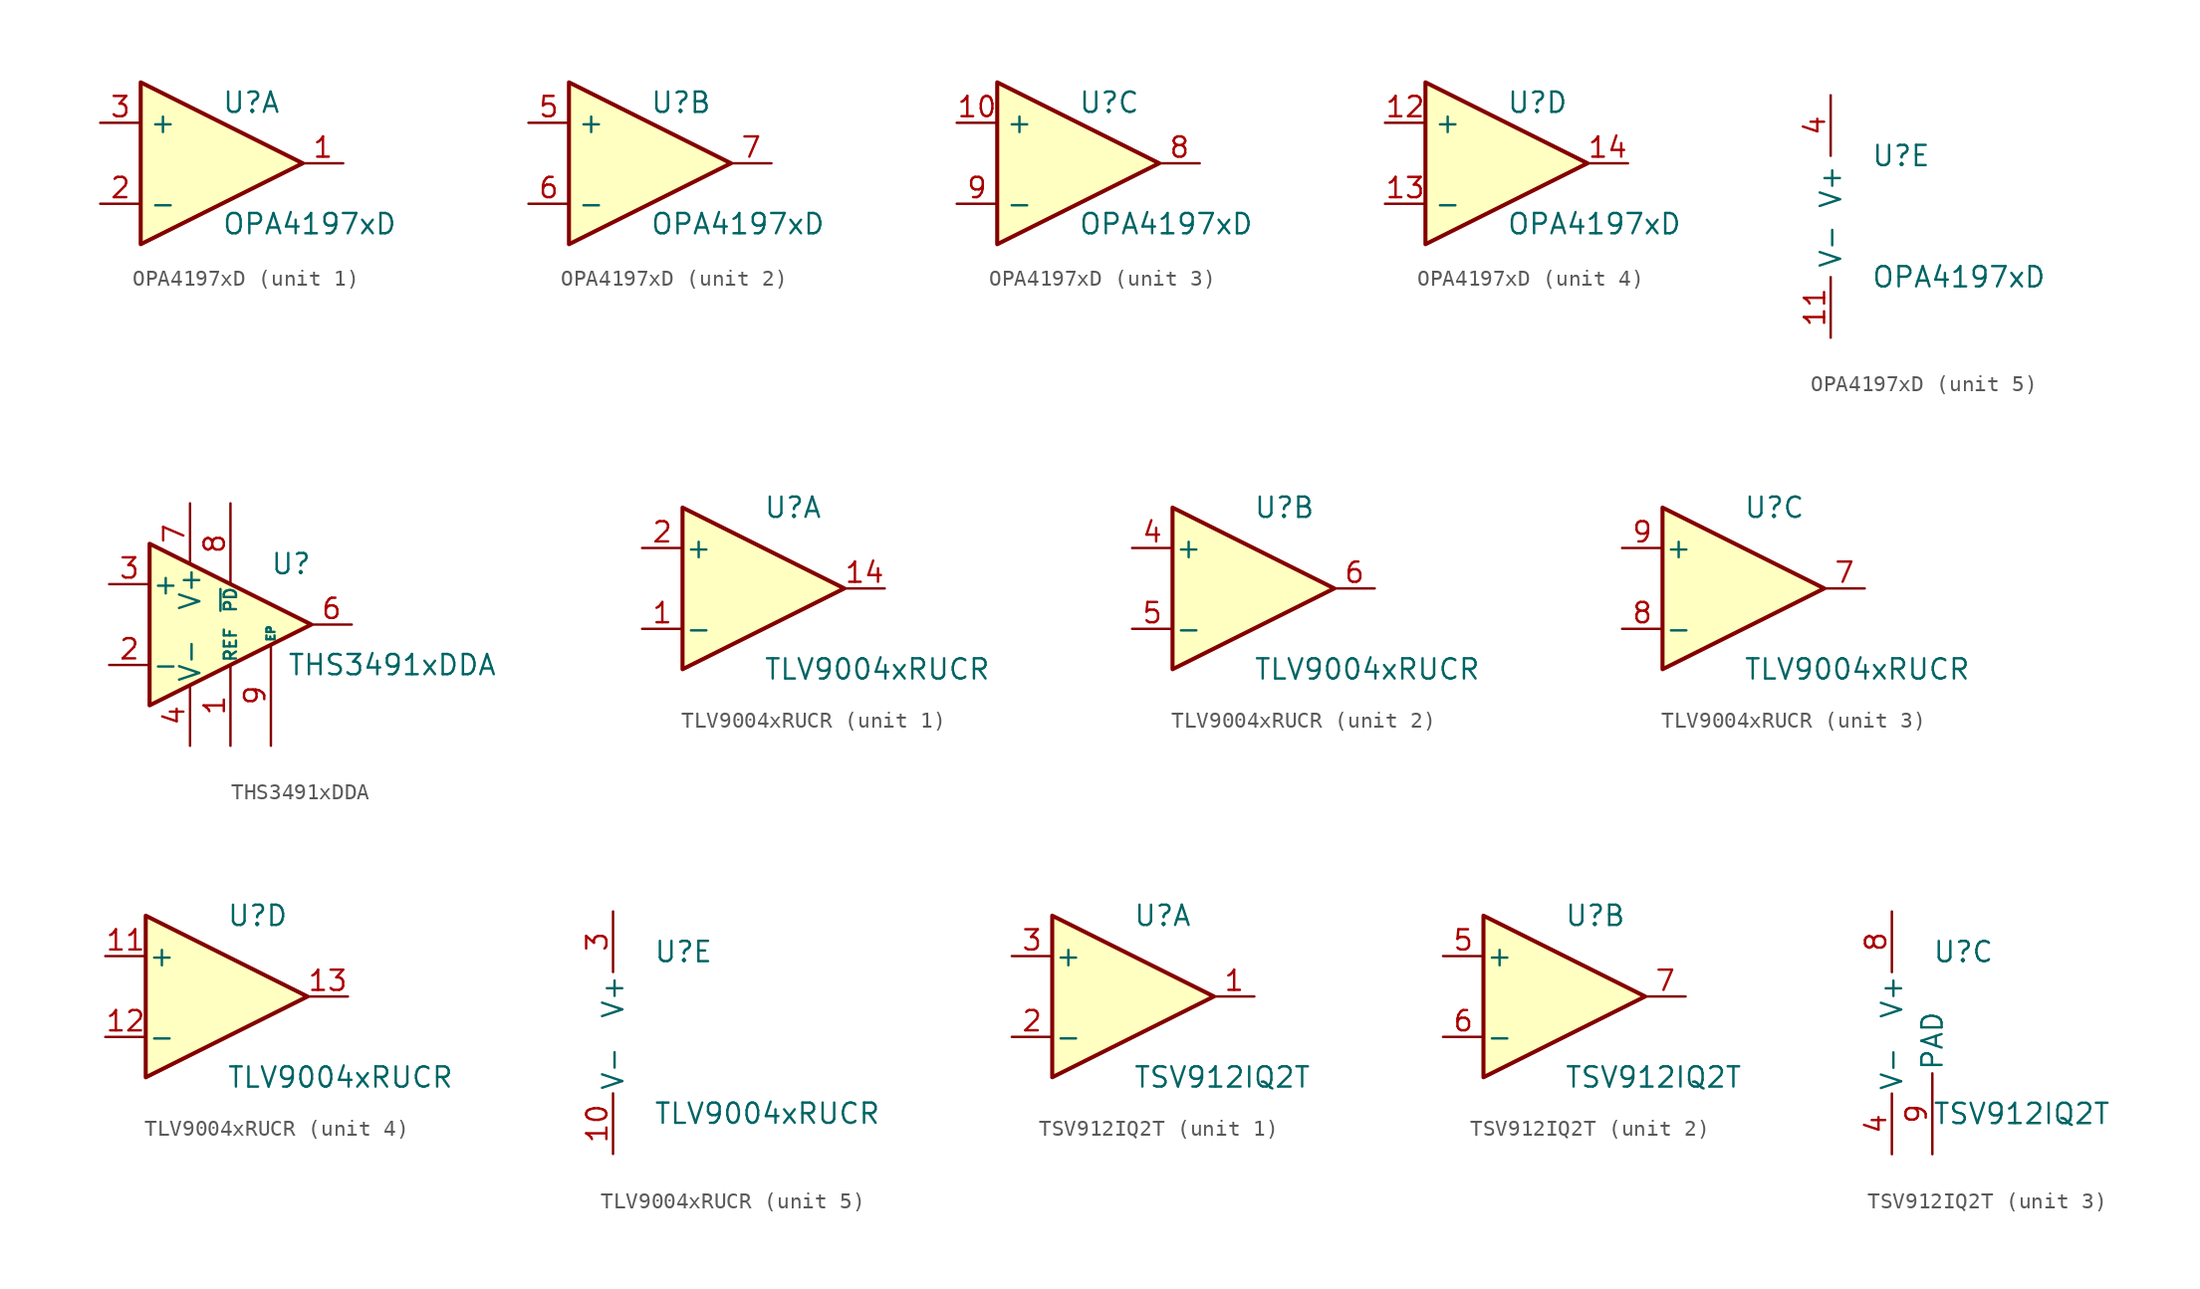
<source format=kicad_sym>
(kicad_symbol_lib
  (version 20211014)
  (generator kicad_symbol_editor)
  (symbol "OPA4197xD"
    (property "Reference" "U"
      (at 0 3.81 0)
      (effects (font (size 1.27 1.27)) (justify left)))
    (property "Value" "OPA4197xD"
      (at 0 -3.81 0)
      (effects (font (size 1.27 1.27)) (justify left)))
    (property "ki_locked" ""
      (at 0 0 0)
      (effects (font (size 1.27 1.27))))
    (symbol "OPA4197xD_1_1"
      (polyline (pts (xy -5.08 5.08) (xy 5.08 0) (xy -5.08 -5.08) (xy -5.08 5.08)) (stroke (width 0.254) (type default) (color 0 0 0 0)) (fill (type background)))
      (pin output line (at 7.62 0 180) (length 2.54) (name "~" (effects (font (size 1.27 1.27)))) (number "1" (effects (font (size 1.27 1.27)))))
      (pin input line (at -7.62 -2.54 0) (length 2.54) (name "-" (effects (font (size 1.27 1.27)))) (number "2" (effects (font (size 1.27 1.27)))))
      (pin input line (at -7.62 2.54 0) (length 2.54) (name "+" (effects (font (size 1.27 1.27)))) (number "3" (effects (font (size 1.27 1.27))))))
    (symbol "OPA4197xD_2_1"
      (polyline (pts (xy -5.08 5.08) (xy 5.08 0) (xy -5.08 -5.08) (xy -5.08 5.08)) (stroke (width 0.254) (type default) (color 0 0 0 0)) (fill (type background)))
      (pin input line (at -7.62 2.54 0) (length 2.54) (name "+" (effects (font (size 1.27 1.27)))) (number "5" (effects (font (size 1.27 1.27)))))
      (pin input line (at -7.62 -2.54 0) (length 2.54) (name "-" (effects (font (size 1.27 1.27)))) (number "6" (effects (font (size 1.27 1.27)))))
      (pin output line (at 7.62 0 180) (length 2.54) (name "~" (effects (font (size 1.27 1.27)))) (number "7" (effects (font (size 1.27 1.27))))))
    (symbol "OPA4197xD_3_1"
      (polyline (pts (xy -5.08 5.08) (xy 5.08 0) (xy -5.08 -5.08) (xy -5.08 5.08)) (stroke (width 0.254) (type default) (color 0 0 0 0)) (fill (type background)))
      (pin input line (at -7.62 2.54 0) (length 2.54) (name "+" (effects (font (size 1.27 1.27)))) (number "10" (effects (font (size 1.27 1.27)))))
      (pin output line (at 7.62 0 180) (length 2.54) (name "~" (effects (font (size 1.27 1.27)))) (number "8" (effects (font (size 1.27 1.27)))))
      (pin input line (at -7.62 -2.54 0) (length 2.54) (name "-" (effects (font (size 1.27 1.27)))) (number "9" (effects (font (size 1.27 1.27))))))
    (symbol "OPA4197xD_4_1"
      (polyline (pts (xy -5.08 5.08) (xy 5.08 0) (xy -5.08 -5.08) (xy -5.08 5.08)) (stroke (width 0.254) (type default) (color 0 0 0 0)) (fill (type background)))
      (pin input line (at -7.62 2.54 0) (length 2.54) (name "+" (effects (font (size 1.27 1.27)))) (number "12" (effects (font (size 1.27 1.27)))))
      (pin input line (at -7.62 -2.54 0) (length 2.54) (name "-" (effects (font (size 1.27 1.27)))) (number "13" (effects (font (size 1.27 1.27)))))
      (pin output line (at 7.62 0 180) (length 2.54) (name "~" (effects (font (size 1.27 1.27)))) (number "14" (effects (font (size 1.27 1.27))))))
    (symbol "OPA4197xD_5_1"
      (pin power_in line (at -2.54 -7.62 90) (length 3.81) (name "V-" (effects (font (size 1.27 1.27)))) (number "11" (effects (font (size 1.27 1.27)))))
      (pin power_in line (at -2.54 7.62 270) (length 3.81) (name "V+" (effects (font (size 1.27 1.27)))) (number "4" (effects (font (size 1.27 1.27)))))))
  (symbol "THS3491xDDA"
    (pin_names
      (offset 0.127))
    (property "Reference" "U"
      (at 3.81 3.81 0)
      (effects (font (size 1.27 1.27))))
    (property "Value" "THS3491xDDA"
      (at 10.16 -2.54 0)
      (effects (font (size 1.27 1.27))))
    (symbol "THS3491xDDA_1_1"
      (polyline (pts (xy -5.08 5.08) (xy 5.08 0) (xy -5.08 -5.08) (xy -5.08 5.08)) (stroke (width 0.254) (type default) (color 0 0 0 0)) (fill (type background)))
      (pin input line (at 0 -7.62 90) (length 5.08) (name "REF" (effects (font (size 0.762 0.762)))) (number "1" (effects (font (size 1.27 1.27)))))
      (pin input line (at -7.62 -2.54 0) (length 2.54) (name "-" (effects (font (size 1.27 1.27)))) (number "2" (effects (font (size 1.27 1.27)))))
      (pin input line (at -7.62 2.54 0) (length 2.54) (name "+" (effects (font (size 1.27 1.27)))) (number "3" (effects (font (size 1.27 1.27)))))
      (pin power_in line (at -2.54 -7.62 90) (length 3.81) (name "V-" (effects (font (size 1.27 1.27)))) (number "4" (effects (font (size 1.27 1.27)))))
      (pin no_connect line (at -5.08 0 0) (length 2.54) hide (name "NC" (effects (font (size 1.27 1.27)))) (number "5" (effects (font (size 1.27 1.27)))))
      (pin output line (at 7.62 0 180) (length 2.54) (name "~" (effects (font (size 1.27 1.27)))) (number "6" (effects (font (size 1.27 1.27)))))
      (pin power_in line (at -2.54 7.62 270) (length 3.81) (name "V+" (effects (font (size 1.27 1.27)))) (number "7" (effects (font (size 1.27 1.27)))))
      (pin input line (at 0 7.62 270) (length 5.08) (name "~{PD}" (effects (font (size 0.762 0.762)))) (number "8" (effects (font (size 1.27 1.27)))))
      (pin passive line (at 2.54 -7.62 90) (length 6.35) (name "EP" (effects (font (size 0.508 0.508)))) (number "9" (effects (font (size 1.27 1.27)))))))
  (symbol "TLV9004xRUCR"
    (pin_names
      (offset 0.127))
    (property "Reference" "U"
      (at 0 5.08 0)
      (effects (font (size 1.27 1.27)) (justify left)))
    (property "Value" "TLV9004xRUCR"
      (at 0 -5.08 0)
      (effects (font (size 1.27 1.27)) (justify left)))
    (property "ki_locked" ""
      (at 0 0 0)
      (effects (font (size 1.27 1.27))))
    (symbol "TLV9004xRUCR_1_1"
      (polyline (pts (xy -5.08 5.08) (xy 5.08 0) (xy -5.08 -5.08) (xy -5.08 5.08)) (stroke (width 0.254) (type default) (color 0 0 0 0)) (fill (type background)))
      (pin input line (at -7.62 -2.54 0) (length 2.54) (name "-" (effects (font (size 1.27 1.27)))) (number "1" (effects (font (size 1.27 1.27)))))
      (pin output line (at 7.62 0 180) (length 2.54) (name "~" (effects (font (size 1.27 1.27)))) (number "14" (effects (font (size 1.27 1.27)))))
      (pin input line (at -7.62 2.54 0) (length 2.54) (name "+" (effects (font (size 1.27 1.27)))) (number "2" (effects (font (size 1.27 1.27))))))
    (symbol "TLV9004xRUCR_2_1"
      (polyline (pts (xy -5.08 5.08) (xy 5.08 0) (xy -5.08 -5.08) (xy -5.08 5.08)) (stroke (width 0.254) (type default) (color 0 0 0 0)) (fill (type background)))
      (pin input line (at -7.62 2.54 0) (length 2.54) (name "+" (effects (font (size 1.27 1.27)))) (number "4" (effects (font (size 1.27 1.27)))))
      (pin input line (at -7.62 -2.54 0) (length 2.54) (name "-" (effects (font (size 1.27 1.27)))) (number "5" (effects (font (size 1.27 1.27)))))
      (pin output line (at 7.62 0 180) (length 2.54) (name "~" (effects (font (size 1.27 1.27)))) (number "6" (effects (font (size 1.27 1.27))))))
    (symbol "TLV9004xRUCR_3_1"
      (polyline (pts (xy -5.08 5.08) (xy 5.08 0) (xy -5.08 -5.08) (xy -5.08 5.08)) (stroke (width 0.254) (type default) (color 0 0 0 0)) (fill (type background)))
      (pin output line (at 7.62 0 180) (length 2.54) (name "~" (effects (font (size 1.27 1.27)))) (number "7" (effects (font (size 1.27 1.27)))))
      (pin input line (at -7.62 -2.54 0) (length 2.54) (name "-" (effects (font (size 1.27 1.27)))) (number "8" (effects (font (size 1.27 1.27)))))
      (pin input line (at -7.62 2.54 0) (length 2.54) (name "+" (effects (font (size 1.27 1.27)))) (number "9" (effects (font (size 1.27 1.27))))))
    (symbol "TLV9004xRUCR_4_1"
      (polyline (pts (xy -5.08 5.08) (xy 5.08 0) (xy -5.08 -5.08) (xy -5.08 5.08)) (stroke (width 0.254) (type default) (color 0 0 0 0)) (fill (type background)))
      (pin input line (at -7.62 2.54 0) (length 2.54) (name "+" (effects (font (size 1.27 1.27)))) (number "11" (effects (font (size 1.27 1.27)))))
      (pin input line (at -7.62 -2.54 0) (length 2.54) (name "-" (effects (font (size 1.27 1.27)))) (number "12" (effects (font (size 1.27 1.27)))))
      (pin output line (at 7.62 0 180) (length 2.54) (name "~" (effects (font (size 1.27 1.27)))) (number "13" (effects (font (size 1.27 1.27))))))
    (symbol "TLV9004xRUCR_5_1"
      (pin power_in line (at -2.54 -7.62 90) (length 3.81) (name "V-" (effects (font (size 1.27 1.27)))) (number "10" (effects (font (size 1.27 1.27)))))
      (pin power_in line (at -2.54 7.62 270) (length 3.81) (name "V+" (effects (font (size 1.27 1.27)))) (number "3" (effects (font (size 1.27 1.27)))))))
  (symbol "TSV912IQ2T"
    (pin_names
      (offset 0.127))
    (property "Reference" "U"
      (at 0 5.08 0)
      (effects (font (size 1.27 1.27)) (justify left)))
    (property "Value" "TSV912IQ2T"
      (at 0 -5.08 0)
      (effects (font (size 1.27 1.27)) (justify left)))
    (property "ki_locked" ""
      (at 0 0 0)
      (effects (font (size 1.27 1.27))))
    (symbol "TSV912IQ2T_1_1"
      (polyline (pts (xy -5.08 5.08) (xy 5.08 0) (xy -5.08 -5.08) (xy -5.08 5.08)) (stroke (width 0.254) (type default) (color 0 0 0 0)) (fill (type background)))
      (pin output line (at 7.62 0 180) (length 2.54) (name "~" (effects (font (size 1.27 1.27)))) (number "1" (effects (font (size 1.27 1.27)))))
      (pin input line (at -7.62 -2.54 0) (length 2.54) (name "-" (effects (font (size 1.27 1.27)))) (number "2" (effects (font (size 1.27 1.27)))))
      (pin input line (at -7.62 2.54 0) (length 2.54) (name "+" (effects (font (size 1.27 1.27)))) (number "3" (effects (font (size 1.27 1.27))))))
    (symbol "TSV912IQ2T_2_1"
      (polyline (pts (xy -5.08 5.08) (xy 5.08 0) (xy -5.08 -5.08) (xy -5.08 5.08)) (stroke (width 0.254) (type default) (color 0 0 0 0)) (fill (type background)))
      (pin input line (at -7.62 2.54 0) (length 2.54) (name "+" (effects (font (size 1.27 1.27)))) (number "5" (effects (font (size 1.27 1.27)))))
      (pin input line (at -7.62 -2.54 0) (length 2.54) (name "-" (effects (font (size 1.27 1.27)))) (number "6" (effects (font (size 1.27 1.27)))))
      (pin output line (at 7.62 0 180) (length 2.54) (name "~" (effects (font (size 1.27 1.27)))) (number "7" (effects (font (size 1.27 1.27))))))
    (symbol "TSV912IQ2T_3_1"
      (pin power_in line (at -2.54 -7.62 90) (length 3.81) (name "V-" (effects (font (size 1.27 1.27)))) (number "4" (effects (font (size 1.27 1.27)))))
      (pin power_in line (at -2.54 7.62 270) (length 3.81) (name "V+" (effects (font (size 1.27 1.27)))) (number "8" (effects (font (size 1.27 1.27)))))
      (pin power_in line (at 0 -7.62 90) (length 5.08) (name "PAD" (effects (font (size 1.27 1.27)))) (number "9" (effects (font (size 1.27 1.27))))))))
</source>
